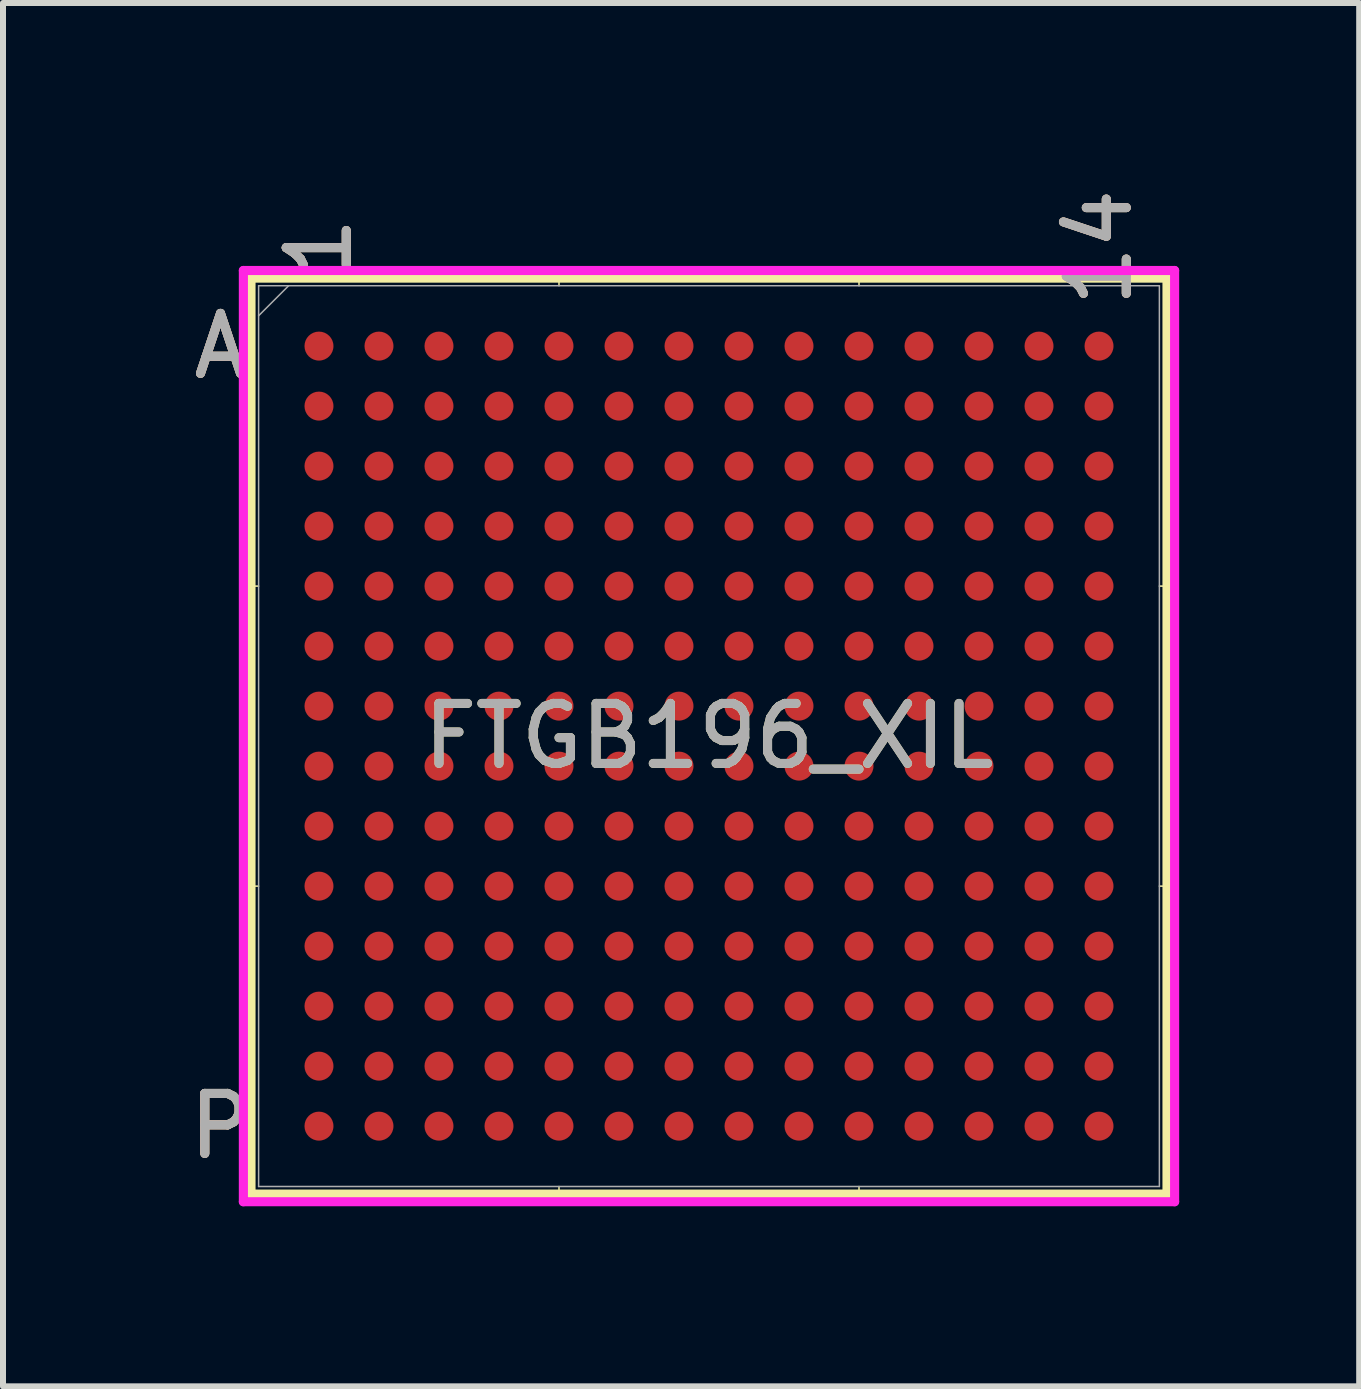
<source format=kicad_pcb>
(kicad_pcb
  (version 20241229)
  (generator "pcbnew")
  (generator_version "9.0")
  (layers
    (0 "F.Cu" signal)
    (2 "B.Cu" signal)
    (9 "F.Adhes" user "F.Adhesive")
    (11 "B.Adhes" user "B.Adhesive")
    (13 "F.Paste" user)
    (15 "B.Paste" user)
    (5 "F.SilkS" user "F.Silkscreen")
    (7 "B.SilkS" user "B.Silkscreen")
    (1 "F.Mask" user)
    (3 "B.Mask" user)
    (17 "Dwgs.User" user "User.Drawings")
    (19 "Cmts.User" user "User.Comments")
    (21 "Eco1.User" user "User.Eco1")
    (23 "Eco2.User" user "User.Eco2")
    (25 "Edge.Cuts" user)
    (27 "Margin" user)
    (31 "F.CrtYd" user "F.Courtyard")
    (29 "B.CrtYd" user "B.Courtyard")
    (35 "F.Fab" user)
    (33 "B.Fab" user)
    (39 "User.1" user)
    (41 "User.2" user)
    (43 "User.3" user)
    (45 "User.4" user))
  (footprint "FTGB196_XIL"
    (layer "F.Cu")
    (at 8.766 9.218)
    (property "Reference" "FTGB196_XIL" (at 0 0 0) (unlocked yes) (layer "F.SilkS") (effects (font (size 1 1) (thickness 0.15))))
    (attr smd)
    (fp_line (start -7.633 -7.633) (end -7.633 7.633) (stroke (width 0.152) (type solid)) (layer "F.SilkS"))
    (fp_line (start -7.633 7.633) (end 7.633 7.633) (stroke (width 0.152) (type solid)) (layer "F.SilkS"))
    (fp_line (start -7.506 -2.5) (end -7.76 -2.5) (stroke (width 0.025) (type solid)) (layer "F.SilkS"))
    (fp_line (start -7.506 2.5) (end -7.76 2.5) (stroke (width 0.025) (type solid)) (layer "F.SilkS"))
    (fp_line (start -2.5 -7.506) (end -2.5 -7.76) (stroke (width 0.025) (type solid)) (layer "F.SilkS"))
    (fp_line (start -2.5 7.506) (end -2.5 7.76) (stroke (width 0.025) (type solid)) (layer "F.SilkS"))
    (fp_line (start 2.5 -7.506) (end 2.5 -7.76) (stroke (width 0.025) (type solid)) (layer "F.SilkS"))
    (fp_line (start 2.5 7.506) (end 2.5 7.76) (stroke (width 0.025) (type solid)) (layer "F.SilkS"))
    (fp_line (start 7.506 -2.5) (end 7.76 -2.5) (stroke (width 0.025) (type solid)) (layer "F.SilkS"))
    (fp_line (start 7.506 2.5) (end 7.76 2.5) (stroke (width 0.025) (type solid)) (layer "F.SilkS"))
    (fp_line (start 7.633 -7.633) (end -7.633 -7.633) (stroke (width 0.152) (type solid)) (layer "F.SilkS"))
    (fp_line (start 7.633 7.633) (end 7.633 -7.633) (stroke (width 0.152) (type solid)) (layer "F.SilkS"))
    (fp_poly (pts (xy -7.508 -7.508) (xy 7.508 -7.508) (xy 7.508 7.508) (xy -7.508 7.508)) (stroke (width 0.1) (type solid)) (fill no) (layer "Eco2.User"))
    (fp_line (start -7.76 -7.76) (end 7.76 -7.76) (stroke (width 0.152) (type solid)) (layer "F.CrtYd"))
    (fp_line (start -7.76 7.76) (end -7.76 -7.76) (stroke (width 0.152) (type solid)) (layer "F.CrtYd"))
    (fp_line (start 7.76 -7.76) (end 7.76 7.76) (stroke (width 0.152) (type solid)) (layer "F.CrtYd"))
    (fp_line (start 7.76 7.76) (end -7.76 7.76) (stroke (width 0.152) (type solid)) (layer "F.CrtYd"))
    (fp_line (start -7.506 -7.506) (end -7.506 7.506) (stroke (width 0.025) (type solid)) (layer "F.Fab"))
    (fp_line (start -7.506 7.506) (end 7.506 7.506) (stroke (width 0.025) (type solid)) (layer "F.Fab"))
    (fp_line (start -7.006 -7.506) (end -7.506 -7.006) (stroke (width 0.025) (type solid)) (layer "F.Fab"))
    (fp_line (start 7.506 -7.506) (end -7.506 -7.506) (stroke (width 0.025) (type solid)) (layer "F.Fab"))
    (fp_line (start 7.506 7.506) (end 7.506 -7.506) (stroke (width 0.025) (type solid)) (layer "F.Fab"))
    (fp_text user "1" (at -6.5 -8.141 90) (unlocked yes) (layer "F.SilkS") (effects (font (size 1 1) (thickness 0.15))))
    (fp_text user "14" (at 6.5 -8.141 90) (unlocked yes) (layer "F.SilkS") (effects (font (size 1 1) (thickness 0.15))))
    (fp_text user "P" (at -8.141 6.5 0) (unlocked yes) (layer "F.SilkS") (effects (font (size 1 1) (thickness 0.15))))
    (fp_text user "A" (at -8.141 -6.5 0) (unlocked yes) (layer "F.SilkS") (effects (font (size 1 1) (thickness 0.15))))
    (fp_text user "A" (at -8.141 -6.5 0) (unlocked yes) (layer "B.SilkS") (effects (font (size 1 1) (thickness 0.15))))
    (fp_text user "14" (at 6.5 -8.141 90) (unlocked yes) (layer "B.SilkS") (effects (font (size 1 1) (thickness 0.15))))
    (fp_text user "1" (at -6.5 -8.141 90) (unlocked yes) (layer "B.SilkS") (effects (font (size 1 1) (thickness 0.15))))
    (fp_text user "P" (at -8.141 6.5 0) (unlocked yes) (layer "B.SilkS") (effects (font (size 1 1) (thickness 0.15))))
    (fp_text user "${REFERENCE}" (at 0 0 0) (unlocked yes) (layer "F.Fab") (effects (font (size 1 1) (thickness 0.15))))
    (fp_text user "14" (at 6.5 -8.141 90) (unlocked yes) (layer "F.Fab") (effects (font (size 1 1) (thickness 0.15))))
    (fp_text user "P" (at -8.141 6.5 0) (unlocked yes) (layer "F.Fab") (effects (font (size 1 1) (thickness 0.15))))
    (fp_text user "A" (at -8.141 -6.5 0) (unlocked yes) (layer "F.Fab") (effects (font (size 1 1) (thickness 0.15))))
    (fp_text user "1" (at -6.5 -8.141 90) (unlocked yes) (layer "F.Fab") (effects (font (size 1 1) (thickness 0.15))))
    (pad "A1" smd circle (at -6.5 -6.5) (size 0.483 0.483) (layers "F.Cu" "F.Mask" "F.Paste"))
    (pad "A2" smd circle (at -5.5 -6.5) (size 0.483 0.483) (layers "F.Cu" "F.Mask" "F.Paste"))
    (pad "A3" smd circle (at -4.5 -6.5) (size 0.483 0.483) (layers "F.Cu" "F.Mask" "F.Paste"))
    (pad "A4" smd circle (at -3.5 -6.5) (size 0.483 0.483) (layers "F.Cu" "F.Mask" "F.Paste"))
    (pad "A5" smd circle (at -2.5 -6.5) (size 0.483 0.483) (layers "F.Cu" "F.Mask" "F.Paste"))
    (pad "A6" smd circle (at -1.5 -6.5) (size 0.483 0.483) (layers "F.Cu" "F.Mask" "F.Paste"))
    (pad "A7" smd circle (at -0.5 -6.5) (size 0.483 0.483) (layers "F.Cu" "F.Mask" "F.Paste"))
    (pad "A8" smd circle (at 0.5 -6.5) (size 0.483 0.483) (layers "F.Cu" "F.Mask" "F.Paste"))
    (pad "A9" smd circle (at 1.5 -6.5) (size 0.483 0.483) (layers "F.Cu" "F.Mask" "F.Paste"))
    (pad "A10" smd circle (at 2.5 -6.5) (size 0.483 0.483) (layers "F.Cu" "F.Mask" "F.Paste"))
    (pad "A11" smd circle (at 3.5 -6.5) (size 0.483 0.483) (layers "F.Cu" "F.Mask" "F.Paste"))
    (pad "A12" smd circle (at 4.5 -6.5) (size 0.483 0.483) (layers "F.Cu" "F.Mask" "F.Paste"))
    (pad "A13" smd circle (at 5.5 -6.5) (size 0.483 0.483) (layers "F.Cu" "F.Mask" "F.Paste"))
    (pad "A14" smd circle (at 6.5 -6.5) (size 0.483 0.483) (layers "F.Cu" "F.Mask" "F.Paste"))
    (pad "B1" smd circle (at -6.5 -5.5) (size 0.483 0.483) (layers "F.Cu" "F.Mask" "F.Paste"))
    (pad "B2" smd circle (at -5.5 -5.5) (size 0.483 0.483) (layers "F.Cu" "F.Mask" "F.Paste"))
    (pad "B3" smd circle (at -4.5 -5.5) (size 0.483 0.483) (layers "F.Cu" "F.Mask" "F.Paste"))
    (pad "B4" smd circle (at -3.5 -5.5) (size 0.483 0.483) (layers "F.Cu" "F.Mask" "F.Paste"))
    (pad "B5" smd circle (at -2.5 -5.5) (size 0.483 0.483) (layers "F.Cu" "F.Mask" "F.Paste"))
    (pad "B6" smd circle (at -1.5 -5.5) (size 0.483 0.483) (layers "F.Cu" "F.Mask" "F.Paste"))
    (pad "B7" smd circle (at -0.5 -5.5) (size 0.483 0.483) (layers "F.Cu" "F.Mask" "F.Paste"))
    (pad "B8" smd circle (at 0.5 -5.5) (size 0.483 0.483) (layers "F.Cu" "F.Mask" "F.Paste"))
    (pad "B9" smd circle (at 1.5 -5.5) (size 0.483 0.483) (layers "F.Cu" "F.Mask" "F.Paste"))
    (pad "B10" smd circle (at 2.5 -5.5) (size 0.483 0.483) (layers "F.Cu" "F.Mask" "F.Paste"))
    (pad "B11" smd circle (at 3.5 -5.5) (size 0.483 0.483) (layers "F.Cu" "F.Mask" "F.Paste"))
    (pad "B12" smd circle (at 4.5 -5.5) (size 0.483 0.483) (layers "F.Cu" "F.Mask" "F.Paste"))
    (pad "B13" smd circle (at 5.5 -5.5) (size 0.483 0.483) (layers "F.Cu" "F.Mask" "F.Paste"))
    (pad "B14" smd circle (at 6.5 -5.5) (size 0.483 0.483) (layers "F.Cu" "F.Mask" "F.Paste"))
    (pad "C1" smd circle (at -6.5 -4.5) (size 0.483 0.483) (layers "F.Cu" "F.Mask" "F.Paste"))
    (pad "C2" smd circle (at -5.5 -4.5) (size 0.483 0.483) (layers "F.Cu" "F.Mask" "F.Paste"))
    (pad "C3" smd circle (at -4.5 -4.5) (size 0.483 0.483) (layers "F.Cu" "F.Mask" "F.Paste"))
    (pad "C4" smd circle (at -3.5 -4.5) (size 0.483 0.483) (layers "F.Cu" "F.Mask" "F.Paste"))
    (pad "C5" smd circle (at -2.5 -4.5) (size 0.483 0.483) (layers "F.Cu" "F.Mask" "F.Paste"))
    (pad "C6" smd circle (at -1.5 -4.5) (size 0.483 0.483) (layers "F.Cu" "F.Mask" "F.Paste"))
    (pad "C7" smd circle (at -0.5 -4.5) (size 0.483 0.483) (layers "F.Cu" "F.Mask" "F.Paste"))
    (pad "C8" smd circle (at 0.5 -4.5) (size 0.483 0.483) (layers "F.Cu" "F.Mask" "F.Paste"))
    (pad "C9" smd circle (at 1.5 -4.5) (size 0.483 0.483) (layers "F.Cu" "F.Mask" "F.Paste"))
    (pad "C10" smd circle (at 2.5 -4.5) (size 0.483 0.483) (layers "F.Cu" "F.Mask" "F.Paste"))
    (pad "C11" smd circle (at 3.5 -4.5) (size 0.483 0.483) (layers "F.Cu" "F.Mask" "F.Paste"))
    (pad "C12" smd circle (at 4.5 -4.5) (size 0.483 0.483) (layers "F.Cu" "F.Mask" "F.Paste"))
    (pad "C13" smd circle (at 5.5 -4.5) (size 0.483 0.483) (layers "F.Cu" "F.Mask" "F.Paste"))
    (pad "C14" smd circle (at 6.5 -4.5) (size 0.483 0.483) (layers "F.Cu" "F.Mask" "F.Paste"))
    (pad "D1" smd circle (at -6.5 -3.5) (size 0.483 0.483) (layers "F.Cu" "F.Mask" "F.Paste"))
    (pad "D2" smd circle (at -5.5 -3.5) (size 0.483 0.483) (layers "F.Cu" "F.Mask" "F.Paste"))
    (pad "D3" smd circle (at -4.5 -3.5) (size 0.483 0.483) (layers "F.Cu" "F.Mask" "F.Paste"))
    (pad "D4" smd circle (at -3.5 -3.5) (size 0.483 0.483) (layers "F.Cu" "F.Mask" "F.Paste"))
    (pad "D5" smd circle (at -2.5 -3.5) (size 0.483 0.483) (layers "F.Cu" "F.Mask" "F.Paste"))
    (pad "D6" smd circle (at -1.5 -3.5) (size 0.483 0.483) (layers "F.Cu" "F.Mask" "F.Paste"))
    (pad "D7" smd circle (at -0.5 -3.5) (size 0.483 0.483) (layers "F.Cu" "F.Mask" "F.Paste"))
    (pad "D8" smd circle (at 0.5 -3.5) (size 0.483 0.483) (layers "F.Cu" "F.Mask" "F.Paste"))
    (pad "D9" smd circle (at 1.5 -3.5) (size 0.483 0.483) (layers "F.Cu" "F.Mask" "F.Paste"))
    (pad "D10" smd circle (at 2.5 -3.5) (size 0.483 0.483) (layers "F.Cu" "F.Mask" "F.Paste"))
    (pad "D11" smd circle (at 3.5 -3.5) (size 0.483 0.483) (layers "F.Cu" "F.Mask" "F.Paste"))
    (pad "D12" smd circle (at 4.5 -3.5) (size 0.483 0.483) (layers "F.Cu" "F.Mask" "F.Paste"))
    (pad "D13" smd circle (at 5.5 -3.5) (size 0.483 0.483) (layers "F.Cu" "F.Mask" "F.Paste"))
    (pad "D14" smd circle (at 6.5 -3.5) (size 0.483 0.483) (layers "F.Cu" "F.Mask" "F.Paste"))
    (pad "E1" smd circle (at -6.5 -2.5) (size 0.483 0.483) (layers "F.Cu" "F.Mask" "F.Paste"))
    (pad "E2" smd circle (at -5.5 -2.5) (size 0.483 0.483) (layers "F.Cu" "F.Mask" "F.Paste"))
    (pad "E3" smd circle (at -4.5 -2.5) (size 0.483 0.483) (layers "F.Cu" "F.Mask" "F.Paste"))
    (pad "E4" smd circle (at -3.5 -2.5) (size 0.483 0.483) (layers "F.Cu" "F.Mask" "F.Paste"))
    (pad "E5" smd circle (at -2.5 -2.5) (size 0.483 0.483) (layers "F.Cu" "F.Mask" "F.Paste"))
    (pad "E6" smd circle (at -1.5 -2.5) (size 0.483 0.483) (layers "F.Cu" "F.Mask" "F.Paste"))
    (pad "E7" smd circle (at -0.5 -2.5) (size 0.483 0.483) (layers "F.Cu" "F.Mask" "F.Paste"))
    (pad "E8" smd circle (at 0.5 -2.5) (size 0.483 0.483) (layers "F.Cu" "F.Mask" "F.Paste"))
    (pad "E9" smd circle (at 1.5 -2.5) (size 0.483 0.483) (layers "F.Cu" "F.Mask" "F.Paste"))
    (pad "E10" smd circle (at 2.5 -2.5) (size 0.483 0.483) (layers "F.Cu" "F.Mask" "F.Paste"))
    (pad "E11" smd circle (at 3.5 -2.5) (size 0.483 0.483) (layers "F.Cu" "F.Mask" "F.Paste"))
    (pad "E12" smd circle (at 4.5 -2.5) (size 0.483 0.483) (layers "F.Cu" "F.Mask" "F.Paste"))
    (pad "E13" smd circle (at 5.5 -2.5) (size 0.483 0.483) (layers "F.Cu" "F.Mask" "F.Paste"))
    (pad "E14" smd circle (at 6.5 -2.5) (size 0.483 0.483) (layers "F.Cu" "F.Mask" "F.Paste"))
    (pad "F1" smd circle (at -6.5 -1.5) (size 0.483 0.483) (layers "F.Cu" "F.Mask" "F.Paste"))
    (pad "F2" smd circle (at -5.5 -1.5) (size 0.483 0.483) (layers "F.Cu" "F.Mask" "F.Paste"))
    (pad "F3" smd circle (at -4.5 -1.5) (size 0.483 0.483) (layers "F.Cu" "F.Mask" "F.Paste"))
    (pad "F4" smd circle (at -3.5 -1.5) (size 0.483 0.483) (layers "F.Cu" "F.Mask" "F.Paste"))
    (pad "F5" smd circle (at -2.5 -1.5) (size 0.483 0.483) (layers "F.Cu" "F.Mask" "F.Paste"))
    (pad "F6" smd circle (at -1.5 -1.5) (size 0.483 0.483) (layers "F.Cu" "F.Mask" "F.Paste"))
    (pad "F7" smd circle (at -0.5 -1.5) (size 0.483 0.483) (layers "F.Cu" "F.Mask" "F.Paste"))
    (pad "F8" smd circle (at 0.5 -1.5) (size 0.483 0.483) (layers "F.Cu" "F.Mask" "F.Paste"))
    (pad "F9" smd circle (at 1.5 -1.5) (size 0.483 0.483) (layers "F.Cu" "F.Mask" "F.Paste"))
    (pad "F10" smd circle (at 2.5 -1.5) (size 0.483 0.483) (layers "F.Cu" "F.Mask" "F.Paste"))
    (pad "F11" smd circle (at 3.5 -1.5) (size 0.483 0.483) (layers "F.Cu" "F.Mask" "F.Paste"))
    (pad "F12" smd circle (at 4.5 -1.5) (size 0.483 0.483) (layers "F.Cu" "F.Mask" "F.Paste"))
    (pad "F13" smd circle (at 5.5 -1.5) (size 0.483 0.483) (layers "F.Cu" "F.Mask" "F.Paste"))
    (pad "F14" smd circle (at 6.5 -1.5) (size 0.483 0.483) (layers "F.Cu" "F.Mask" "F.Paste"))
    (pad "G1" smd circle (at -6.5 -0.5) (size 0.483 0.483) (layers "F.Cu" "F.Mask" "F.Paste"))
    (pad "G2" smd circle (at -5.5 -0.5) (size 0.483 0.483) (layers "F.Cu" "F.Mask" "F.Paste"))
    (pad "G3" smd circle (at -4.5 -0.5) (size 0.483 0.483) (layers "F.Cu" "F.Mask" "F.Paste"))
    (pad "G4" smd circle (at -3.5 -0.5) (size 0.483 0.483) (layers "F.Cu" "F.Mask" "F.Paste"))
    (pad "G5" smd circle (at -2.5 -0.5) (size 0.483 0.483) (layers "F.Cu" "F.Mask" "F.Paste"))
    (pad "G6" smd circle (at -1.5 -0.5) (size 0.483 0.483) (layers "F.Cu" "F.Mask" "F.Paste"))
    (pad "G7" smd circle (at -0.5 -0.5) (size 0.483 0.483) (layers "F.Cu" "F.Mask" "F.Paste"))
    (pad "G8" smd circle (at 0.5 -0.5) (size 0.483 0.483) (layers "F.Cu" "F.Mask" "F.Paste"))
    (pad "G9" smd circle (at 1.5 -0.5) (size 0.483 0.483) (layers "F.Cu" "F.Mask" "F.Paste"))
    (pad "G10" smd circle (at 2.5 -0.5) (size 0.483 0.483) (layers "F.Cu" "F.Mask" "F.Paste"))
    (pad "G11" smd circle (at 3.5 -0.5) (size 0.483 0.483) (layers "F.Cu" "F.Mask" "F.Paste"))
    (pad "G12" smd circle (at 4.5 -0.5) (size 0.483 0.483) (layers "F.Cu" "F.Mask" "F.Paste"))
    (pad "G13" smd circle (at 5.5 -0.5) (size 0.483 0.483) (layers "F.Cu" "F.Mask" "F.Paste"))
    (pad "G14" smd circle (at 6.5 -0.5) (size 0.483 0.483) (layers "F.Cu" "F.Mask" "F.Paste"))
    (pad "H1" smd circle (at -6.5 0.5) (size 0.483 0.483) (layers "F.Cu" "F.Mask" "F.Paste"))
    (pad "H2" smd circle (at -5.5 0.5) (size 0.483 0.483) (layers "F.Cu" "F.Mask" "F.Paste"))
    (pad "H3" smd circle (at -4.5 0.5) (size 0.483 0.483) (layers "F.Cu" "F.Mask" "F.Paste"))
    (pad "H4" smd circle (at -3.5 0.5) (size 0.483 0.483) (layers "F.Cu" "F.Mask" "F.Paste"))
    (pad "H5" smd circle (at -2.5 0.5) (size 0.483 0.483) (layers "F.Cu" "F.Mask" "F.Paste"))
    (pad "H6" smd circle (at -1.5 0.5) (size 0.483 0.483) (layers "F.Cu" "F.Mask" "F.Paste"))
    (pad "H7" smd circle (at -0.5 0.5) (size 0.483 0.483) (layers "F.Cu" "F.Mask" "F.Paste"))
    (pad "H8" smd circle (at 0.5 0.5) (size 0.483 0.483) (layers "F.Cu" "F.Mask" "F.Paste"))
    (pad "H9" smd circle (at 1.5 0.5) (size 0.483 0.483) (layers "F.Cu" "F.Mask" "F.Paste"))
    (pad "H10" smd circle (at 2.5 0.5) (size 0.483 0.483) (layers "F.Cu" "F.Mask" "F.Paste"))
    (pad "H11" smd circle (at 3.5 0.5) (size 0.483 0.483) (layers "F.Cu" "F.Mask" "F.Paste"))
    (pad "H12" smd circle (at 4.5 0.5) (size 0.483 0.483) (layers "F.Cu" "F.Mask" "F.Paste"))
    (pad "H13" smd circle (at 5.5 0.5) (size 0.483 0.483) (layers "F.Cu" "F.Mask" "F.Paste"))
    (pad "H14" smd circle (at 6.5 0.5) (size 0.483 0.483) (layers "F.Cu" "F.Mask" "F.Paste"))
    (pad "J1" smd circle (at -6.5 1.5) (size 0.483 0.483) (layers "F.Cu" "F.Mask" "F.Paste"))
    (pad "J2" smd circle (at -5.5 1.5) (size 0.483 0.483) (layers "F.Cu" "F.Mask" "F.Paste"))
    (pad "J3" smd circle (at -4.5 1.5) (size 0.483 0.483) (layers "F.Cu" "F.Mask" "F.Paste"))
    (pad "J4" smd circle (at -3.5 1.5) (size 0.483 0.483) (layers "F.Cu" "F.Mask" "F.Paste"))
    (pad "J5" smd circle (at -2.5 1.5) (size 0.483 0.483) (layers "F.Cu" "F.Mask" "F.Paste"))
    (pad "J6" smd circle (at -1.5 1.5) (size 0.483 0.483) (layers "F.Cu" "F.Mask" "F.Paste"))
    (pad "J7" smd circle (at -0.5 1.5) (size 0.483 0.483) (layers "F.Cu" "F.Mask" "F.Paste"))
    (pad "J8" smd circle (at 0.5 1.5) (size 0.483 0.483) (layers "F.Cu" "F.Mask" "F.Paste"))
    (pad "J9" smd circle (at 1.5 1.5) (size 0.483 0.483) (layers "F.Cu" "F.Mask" "F.Paste"))
    (pad "J10" smd circle (at 2.5 1.5) (size 0.483 0.483) (layers "F.Cu" "F.Mask" "F.Paste"))
    (pad "J11" smd circle (at 3.5 1.5) (size 0.483 0.483) (layers "F.Cu" "F.Mask" "F.Paste"))
    (pad "J12" smd circle (at 4.5 1.5) (size 0.483 0.483) (layers "F.Cu" "F.Mask" "F.Paste"))
    (pad "J13" smd circle (at 5.5 1.5) (size 0.483 0.483) (layers "F.Cu" "F.Mask" "F.Paste"))
    (pad "J14" smd circle (at 6.5 1.5) (size 0.483 0.483) (layers "F.Cu" "F.Mask" "F.Paste"))
    (pad "K1" smd circle (at -6.5 2.5) (size 0.483 0.483) (layers "F.Cu" "F.Mask" "F.Paste"))
    (pad "K2" smd circle (at -5.5 2.5) (size 0.483 0.483) (layers "F.Cu" "F.Mask" "F.Paste"))
    (pad "K3" smd circle (at -4.5 2.5) (size 0.483 0.483) (layers "F.Cu" "F.Mask" "F.Paste"))
    (pad "K4" smd circle (at -3.5 2.5) (size 0.483 0.483) (layers "F.Cu" "F.Mask" "F.Paste"))
    (pad "K5" smd circle (at -2.5 2.5) (size 0.483 0.483) (layers "F.Cu" "F.Mask" "F.Paste"))
    (pad "K6" smd circle (at -1.5 2.5) (size 0.483 0.483) (layers "F.Cu" "F.Mask" "F.Paste"))
    (pad "K7" smd circle (at -0.5 2.5) (size 0.483 0.483) (layers "F.Cu" "F.Mask" "F.Paste"))
    (pad "K8" smd circle (at 0.5 2.5) (size 0.483 0.483) (layers "F.Cu" "F.Mask" "F.Paste"))
    (pad "K9" smd circle (at 1.5 2.5) (size 0.483 0.483) (layers "F.Cu" "F.Mask" "F.Paste"))
    (pad "K10" smd circle (at 2.5 2.5) (size 0.483 0.483) (layers "F.Cu" "F.Mask" "F.Paste"))
    (pad "K11" smd circle (at 3.5 2.5) (size 0.483 0.483) (layers "F.Cu" "F.Mask" "F.Paste"))
    (pad "K12" smd circle (at 4.5 2.5) (size 0.483 0.483) (layers "F.Cu" "F.Mask" "F.Paste"))
    (pad "K13" smd circle (at 5.5 2.5) (size 0.483 0.483) (layers "F.Cu" "F.Mask" "F.Paste"))
    (pad "K14" smd circle (at 6.5 2.5) (size 0.483 0.483) (layers "F.Cu" "F.Mask" "F.Paste"))
    (pad "L1" smd circle (at -6.5 3.5) (size 0.483 0.483) (layers "F.Cu" "F.Mask" "F.Paste"))
    (pad "L2" smd circle (at -5.5 3.5) (size 0.483 0.483) (layers "F.Cu" "F.Mask" "F.Paste"))
    (pad "L3" smd circle (at -4.5 3.5) (size 0.483 0.483) (layers "F.Cu" "F.Mask" "F.Paste"))
    (pad "L4" smd circle (at -3.5 3.5) (size 0.483 0.483) (layers "F.Cu" "F.Mask" "F.Paste"))
    (pad "L5" smd circle (at -2.5 3.5) (size 0.483 0.483) (layers "F.Cu" "F.Mask" "F.Paste"))
    (pad "L6" smd circle (at -1.5 3.5) (size 0.483 0.483) (layers "F.Cu" "F.Mask" "F.Paste"))
    (pad "L7" smd circle (at -0.5 3.5) (size 0.483 0.483) (layers "F.Cu" "F.Mask" "F.Paste"))
    (pad "L8" smd circle (at 0.5 3.5) (size 0.483 0.483) (layers "F.Cu" "F.Mask" "F.Paste"))
    (pad "L9" smd circle (at 1.5 3.5) (size 0.483 0.483) (layers "F.Cu" "F.Mask" "F.Paste"))
    (pad "L10" smd circle (at 2.5 3.5) (size 0.483 0.483) (layers "F.Cu" "F.Mask" "F.Paste"))
    (pad "L11" smd circle (at 3.5 3.5) (size 0.483 0.483) (layers "F.Cu" "F.Mask" "F.Paste"))
    (pad "L12" smd circle (at 4.5 3.5) (size 0.483 0.483) (layers "F.Cu" "F.Mask" "F.Paste"))
    (pad "L13" smd circle (at 5.5 3.5) (size 0.483 0.483) (layers "F.Cu" "F.Mask" "F.Paste"))
    (pad "L14" smd circle (at 6.5 3.5) (size 0.483 0.483) (layers "F.Cu" "F.Mask" "F.Paste"))
    (pad "M1" smd circle (at -6.5 4.5) (size 0.483 0.483) (layers "F.Cu" "F.Mask" "F.Paste"))
    (pad "M2" smd circle (at -5.5 4.5) (size 0.483 0.483) (layers "F.Cu" "F.Mask" "F.Paste"))
    (pad "M3" smd circle (at -4.5 4.5) (size 0.483 0.483) (layers "F.Cu" "F.Mask" "F.Paste"))
    (pad "M4" smd circle (at -3.5 4.5) (size 0.483 0.483) (layers "F.Cu" "F.Mask" "F.Paste"))
    (pad "M5" smd circle (at -2.5 4.5) (size 0.483 0.483) (layers "F.Cu" "F.Mask" "F.Paste"))
    (pad "M6" smd circle (at -1.5 4.5) (size 0.483 0.483) (layers "F.Cu" "F.Mask" "F.Paste"))
    (pad "M7" smd circle (at -0.5 4.5) (size 0.483 0.483) (layers "F.Cu" "F.Mask" "F.Paste"))
    (pad "M8" smd circle (at 0.5 4.5) (size 0.483 0.483) (layers "F.Cu" "F.Mask" "F.Paste"))
    (pad "M9" smd circle (at 1.5 4.5) (size 0.483 0.483) (layers "F.Cu" "F.Mask" "F.Paste"))
    (pad "M10" smd circle (at 2.5 4.5) (size 0.483 0.483) (layers "F.Cu" "F.Mask" "F.Paste"))
    (pad "M11" smd circle (at 3.5 4.5) (size 0.483 0.483) (layers "F.Cu" "F.Mask" "F.Paste"))
    (pad "M12" smd circle (at 4.5 4.5) (size 0.483 0.483) (layers "F.Cu" "F.Mask" "F.Paste"))
    (pad "M13" smd circle (at 5.5 4.5) (size 0.483 0.483) (layers "F.Cu" "F.Mask" "F.Paste"))
    (pad "M14" smd circle (at 6.5 4.5) (size 0.483 0.483) (layers "F.Cu" "F.Mask" "F.Paste"))
    (pad "N1" smd circle (at -6.5 5.5) (size 0.483 0.483) (layers "F.Cu" "F.Mask" "F.Paste"))
    (pad "N2" smd circle (at -5.5 5.5) (size 0.483 0.483) (layers "F.Cu" "F.Mask" "F.Paste"))
    (pad "N3" smd circle (at -4.5 5.5) (size 0.483 0.483) (layers "F.Cu" "F.Mask" "F.Paste"))
    (pad "N4" smd circle (at -3.5 5.5) (size 0.483 0.483) (layers "F.Cu" "F.Mask" "F.Paste"))
    (pad "N5" smd circle (at -2.5 5.5) (size 0.483 0.483) (layers "F.Cu" "F.Mask" "F.Paste"))
    (pad "N6" smd circle (at -1.5 5.5) (size 0.483 0.483) (layers "F.Cu" "F.Mask" "F.Paste"))
    (pad "N7" smd circle (at -0.5 5.5) (size 0.483 0.483) (layers "F.Cu" "F.Mask" "F.Paste"))
    (pad "N8" smd circle (at 0.5 5.5) (size 0.483 0.483) (layers "F.Cu" "F.Mask" "F.Paste"))
    (pad "N9" smd circle (at 1.5 5.5) (size 0.483 0.483) (layers "F.Cu" "F.Mask" "F.Paste"))
    (pad "N10" smd circle (at 2.5 5.5) (size 0.483 0.483) (layers "F.Cu" "F.Mask" "F.Paste"))
    (pad "N11" smd circle (at 3.5 5.5) (size 0.483 0.483) (layers "F.Cu" "F.Mask" "F.Paste"))
    (pad "N12" smd circle (at 4.5 5.5) (size 0.483 0.483) (layers "F.Cu" "F.Mask" "F.Paste"))
    (pad "N13" smd circle (at 5.5 5.5) (size 0.483 0.483) (layers "F.Cu" "F.Mask" "F.Paste"))
    (pad "N14" smd circle (at 6.5 5.5) (size 0.483 0.483) (layers "F.Cu" "F.Mask" "F.Paste"))
    (pad "P1" smd circle (at -6.5 6.5) (size 0.483 0.483) (layers "F.Cu" "F.Mask" "F.Paste"))
    (pad "P2" smd circle (at -5.5 6.5) (size 0.483 0.483) (layers "F.Cu" "F.Mask" "F.Paste"))
    (pad "P3" smd circle (at -4.5 6.5) (size 0.483 0.483) (layers "F.Cu" "F.Mask" "F.Paste"))
    (pad "P4" smd circle (at -3.5 6.5) (size 0.483 0.483) (layers "F.Cu" "F.Mask" "F.Paste"))
    (pad "P5" smd circle (at -2.5 6.5) (size 0.483 0.483) (layers "F.Cu" "F.Mask" "F.Paste"))
    (pad "P6" smd circle (at -1.5 6.5) (size 0.483 0.483) (layers "F.Cu" "F.Mask" "F.Paste"))
    (pad "P7" smd circle (at -0.5 6.5) (size 0.483 0.483) (layers "F.Cu" "F.Mask" "F.Paste"))
    (pad "P8" smd circle (at 0.5 6.5) (size 0.483 0.483) (layers "F.Cu" "F.Mask" "F.Paste"))
    (pad "P9" smd circle (at 1.5 6.5) (size 0.483 0.483) (layers "F.Cu" "F.Mask" "F.Paste"))
    (pad "P10" smd circle (at 2.5 6.5) (size 0.483 0.483) (layers "F.Cu" "F.Mask" "F.Paste"))
    (pad "P11" smd circle (at 3.5 6.5) (size 0.483 0.483) (layers "F.Cu" "F.Mask" "F.Paste"))
    (pad "P12" smd circle (at 4.5 6.5) (size 0.483 0.483) (layers "F.Cu" "F.Mask" "F.Paste"))
    (pad "P13" smd circle (at 5.5 6.5) (size 0.483 0.483) (layers "F.Cu" "F.Mask" "F.Paste"))
    (pad "P14" smd circle (at 6.5 6.5) (size 0.483 0.483) (layers "F.Cu" "F.Mask" "F.Paste")))
  (gr_rect
    (start -3 -3)
    (end 19.602 20.054)
    (stroke (width 0.1) (type default))
    (fill no)
    (layer "Edge.Cuts")))
</source>
